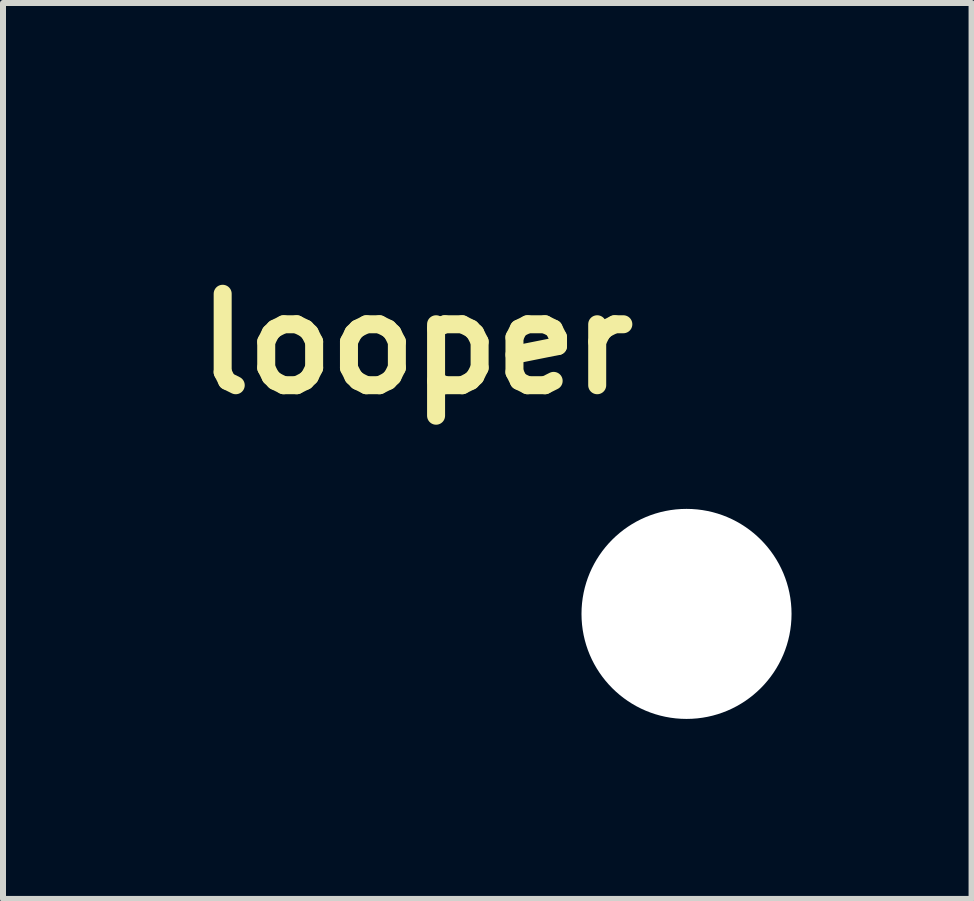
<source format=kicad_pcb>
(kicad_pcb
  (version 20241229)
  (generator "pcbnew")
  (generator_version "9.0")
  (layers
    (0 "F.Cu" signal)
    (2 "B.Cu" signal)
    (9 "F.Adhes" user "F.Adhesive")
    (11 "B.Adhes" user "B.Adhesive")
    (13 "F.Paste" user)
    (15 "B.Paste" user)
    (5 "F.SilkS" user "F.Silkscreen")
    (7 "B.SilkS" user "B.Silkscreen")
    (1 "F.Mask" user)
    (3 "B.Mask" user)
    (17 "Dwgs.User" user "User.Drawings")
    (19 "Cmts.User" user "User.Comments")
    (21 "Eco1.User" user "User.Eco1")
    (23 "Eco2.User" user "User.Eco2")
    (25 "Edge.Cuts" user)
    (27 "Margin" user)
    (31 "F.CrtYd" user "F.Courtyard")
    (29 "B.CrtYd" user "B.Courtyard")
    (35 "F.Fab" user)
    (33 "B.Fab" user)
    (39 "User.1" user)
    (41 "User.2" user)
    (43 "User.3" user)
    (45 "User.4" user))
  (footprint "looper"
    (layer "F.Cu")
    (at 8.39 7.18)
    (property "Reference" "looper" (at -4.5 -4.5 0) (layer "F.SilkS") (effects (font (size 1.524 1.524) (thickness 0.3))))
    (attr through_hole)
    (fp_poly (pts (xy -4.655 -7.174) (xy -4.555 -7.174) (xy -4.467 -7.174) (xy -4.391 -7.173) (xy -4.326 -7.173) (xy -4.272 -7.171) (xy -4.226 -7.17) (xy -4.188 -7.168) (xy -4.158 -7.166) (xy -4.133 -7.163) (xy -4.114 -7.159) (xy -4.099 -7.155) (xy -4.087 -7.151) (xy -4.077 -7.145) (xy -4.068 -7.139) (xy -4.059 -7.132) (xy -4.05 -7.124) (xy -4.05 -7.124) (xy -4.028 -7.101) (xy -4.007 -7.071) (xy -3.997 -7.054) (xy -3.975 -7.01) (xy -3.975 -4.483) (xy -2.841 -4.483) (xy -2.841 -5.052) (xy -2.841 -5.164) (xy -2.841 -5.26) (xy -2.841 -5.342) (xy -2.841 -5.411) (xy -2.84 -5.468) (xy -2.84 -5.514) (xy -2.839 -5.552) (xy -2.838 -5.581) (xy -2.836 -5.603) (xy -2.834 -5.62) (xy -2.832 -5.632) (xy -2.83 -5.642) (xy -2.827 -5.65) (xy -2.824 -5.656) (xy -2.807 -5.683) (xy -2.784 -5.712) (xy -2.77 -5.726) (xy -2.758 -5.737) (xy -2.747 -5.746) (xy -2.736 -5.755) (xy -2.723 -5.762) (xy -2.707 -5.767) (xy -2.688 -5.772) (xy -2.664 -5.776) (xy -2.633 -5.779) (xy -2.595 -5.782) (xy -2.548 -5.784) (xy -2.492 -5.785) (xy -2.424 -5.786) (xy -2.345 -5.786) (xy -2.252 -5.786) (xy -2.144 -5.787) (xy -2.021 -5.787) (xy -1.893 -5.787) (xy -1.785 -5.786) (xy -1.692 -5.786) (xy -1.612 -5.786) (xy -1.545 -5.785) (xy -1.489 -5.784) (xy -1.442 -5.782) (xy -1.404 -5.78) (xy -1.373 -5.777) (xy -1.349 -5.773) (xy -1.329 -5.768) (xy -1.314 -5.763) (xy -1.301 -5.756) (xy -1.29 -5.748) (xy -1.278 -5.739) (xy -1.267 -5.73) (xy -1.228 -5.686) (xy -1.203 -5.637) (xy -1.192 -5.584) (xy -1.195 -5.53) (xy -1.211 -5.478) (xy -1.24 -5.43) (xy -1.281 -5.39) (xy -1.313 -5.369) (xy -1.321 -5.365) (xy -1.328 -5.362) (xy -1.337 -5.359) (xy -1.35 -5.357) (xy -1.366 -5.355) (xy -1.389 -5.354) (xy -1.418 -5.352) (xy -1.455 -5.351) (xy -1.502 -5.351) (xy -1.56 -5.35) (xy -1.631 -5.349) (xy -1.714 -5.349) (xy -1.813 -5.349) (xy -1.878 -5.348) (xy -2.409 -5.346) (xy -2.41 -4.777) (xy -2.41 -4.661) (xy -2.41 -4.561) (xy -2.41 -4.475) (xy -2.41 -4.402) (xy -2.411 -4.342) (xy -2.413 -4.291) (xy -2.415 -4.251) (xy -2.418 -4.218) (xy -2.421 -4.192) (xy -2.426 -4.172) (xy -2.432 -4.156) (xy -2.439 -4.143) (xy -2.448 -4.132) (xy -2.458 -4.121) (xy -2.47 -4.11) (xy -2.477 -4.104) (xy -2.487 -4.094) (xy -2.495 -4.085) (xy -2.504 -4.078) (xy -2.514 -4.071) (xy -2.526 -4.065) (xy -2.541 -4.06) (xy -2.56 -4.056) (xy -2.584 -4.053) (xy -2.615 -4.05) (xy -2.652 -4.048) (xy -2.698 -4.046) (xy -2.753 -4.045) (xy -2.818 -4.044) (xy -2.895 -4.044) (xy -2.984 -4.043) (xy -3.086 -4.043) (xy -3.202 -4.043) (xy -3.334 -4.044) (xy -3.412 -4.044) (xy -3.551 -4.044) (xy -3.675 -4.044) (xy -3.783 -4.044) (xy -3.878 -4.045) (xy -3.96 -4.045) (xy -4.029 -4.046) (xy -4.087 -4.046) (xy -4.136 -4.047) (xy -4.175 -4.048) (xy -4.206 -4.05) (xy -4.23 -4.051) (xy -4.247 -4.053) (xy -4.259 -4.054) (xy -4.267 -4.056) (xy -4.268 -4.056) (xy -4.317 -4.083) (xy -4.359 -4.123) (xy -4.385 -4.163) (xy -4.407 -4.207) (xy -4.407 -6.734) (xy -5.668 -6.734) (xy -5.668 -6.135) (xy -5.668 -6.015) (xy -5.668 -5.911) (xy -5.668 -5.822) (xy -5.669 -5.746) (xy -5.67 -5.681) (xy -5.671 -5.628) (xy -5.673 -5.584) (xy -5.675 -5.549) (xy -5.678 -5.52) (xy -5.682 -5.498) (xy -5.687 -5.48) (xy -5.693 -5.466) (xy -5.7 -5.453) (xy -5.708 -5.442) (xy -5.718 -5.431) (xy -5.724 -5.423) (xy -5.749 -5.399) (xy -5.778 -5.377) (xy -5.79 -5.369) (xy -5.825 -5.351) (xy -7.561 -5.351) (xy -7.602 -5.376) (xy -7.65 -5.415) (xy -7.685 -5.46) (xy -7.706 -5.511) (xy -7.714 -5.563) (xy -7.708 -5.616) (xy -7.689 -5.666) (xy -7.657 -5.711) (xy -7.611 -5.749) (xy -7.597 -5.757) (xy -7.551 -5.782) (xy -6.83 -5.785) (xy -6.108 -5.787) (xy -6.108 -6.382) (xy -6.108 -6.502) (xy -6.108 -6.606) (xy -6.108 -6.696) (xy -6.107 -6.773) (xy -6.106 -6.838) (xy -6.105 -6.891) (xy -6.103 -6.936) (xy -6.101 -6.972) (xy -6.097 -7) (xy -6.093 -7.023) (xy -6.088 -7.041) (xy -6.082 -7.056) (xy -6.075 -7.069) (xy -6.067 -7.08) (xy -6.057 -7.092) (xy -6.052 -7.098) (xy -6.025 -7.124) (xy -5.992 -7.147) (xy -5.977 -7.154) (xy -5.935 -7.174) (xy -5.045 -7.174) (xy -4.9 -7.175) (xy -4.77 -7.175) (xy -4.655 -7.174)) (stroke (width 0.01) (type solid)) (fill yes) (layer "F.Mask"))
    (fp_poly (pts (xy -6.662 -4.603) (xy -6.64 -4.597) (xy -6.631 -4.594) (xy -6.622 -4.589) (xy -6.611 -4.583) (xy -6.597 -4.573) (xy -6.581 -4.56) (xy -6.561 -4.542) (xy -6.535 -4.519) (xy -6.504 -4.489) (xy -6.466 -4.453) (xy -6.421 -4.408) (xy -6.367 -4.355) (xy -6.304 -4.292) (xy -6.23 -4.219) (xy -6.157 -4.146) (xy -6.063 -4.052) (xy -5.981 -3.969) (xy -5.91 -3.897) (xy -5.849 -3.836) (xy -5.8 -3.784) (xy -5.76 -3.742) (xy -5.73 -3.71) (xy -5.71 -3.686) (xy -5.698 -3.67) (xy -5.696 -3.667) (xy -5.678 -3.62) (xy -5.671 -3.568) (xy -5.676 -3.516) (xy -5.691 -3.471) (xy -5.726 -3.421) (xy -5.771 -3.383) (xy -5.824 -3.358) (xy -5.882 -3.349) (xy -5.886 -3.349) (xy -5.908 -3.349) (xy -5.926 -3.35) (xy -5.944 -3.354) (xy -5.961 -3.361) (xy -5.981 -3.372) (xy -6.003 -3.388) (xy -6.03 -3.41) (xy -6.063 -3.44) (xy -6.103 -3.478) (xy -6.152 -3.526) (xy -6.211 -3.584) (xy -6.24 -3.613) (xy -6.293 -3.665) (xy -6.342 -3.714) (xy -6.387 -3.758) (xy -6.426 -3.795) (xy -6.456 -3.825) (xy -6.478 -3.845) (xy -6.49 -3.856) (xy -6.492 -3.857) (xy -6.493 -3.849) (xy -6.494 -3.825) (xy -6.495 -3.788) (xy -6.496 -3.738) (xy -6.496 -3.677) (xy -6.496 -3.607) (xy -6.496 -3.53) (xy -6.496 -3.446) (xy -6.495 -3.398) (xy -6.495 -3.297) (xy -6.494 -3.212) (xy -6.493 -3.141) (xy -6.492 -3.083) (xy -6.491 -3.035) (xy -6.49 -2.996) (xy -6.489 -2.965) (xy -6.487 -2.94) (xy -6.484 -2.92) (xy -6.482 -2.902) (xy -6.478 -2.886) (xy -6.474 -2.87) (xy -6.473 -2.867) (xy -6.436 -2.756) (xy -6.384 -2.653) (xy -6.319 -2.559) (xy -6.242 -2.475) (xy -6.153 -2.403) (xy -6.055 -2.344) (xy -5.948 -2.298) (xy -5.922 -2.289) (xy -5.858 -2.27) (xy -4.219 -2.268) (xy -4.019 -2.267) (xy -3.835 -2.267) (xy -3.667 -2.267) (xy -3.513 -2.267) (xy -3.374 -2.267) (xy -3.248 -2.267) (xy -3.135 -2.267) (xy -3.035 -2.267) (xy -2.945 -2.268) (xy -2.867 -2.268) (xy -2.798 -2.268) (xy -2.739 -2.269) (xy -2.689 -2.27) (xy -2.646 -2.27) (xy -2.611 -2.271) (xy -2.583 -2.272) (xy -2.56 -2.273) (xy -2.543 -2.275) (xy -2.53 -2.276) (xy -2.521 -2.277) (xy -2.419 -2.306) (xy -2.322 -2.35) (xy -2.232 -2.405) (xy -2.151 -2.472) (xy -2.081 -2.548) (xy -2.022 -2.632) (xy -1.978 -2.723) (xy -1.965 -2.756) (xy -1.946 -2.827) (xy -1.933 -2.898) (xy -1.928 -2.976) (xy -1.927 -3.015) (xy -1.925 -3.069) (xy -1.918 -3.111) (xy -1.905 -3.145) (xy -1.884 -3.175) (xy -1.857 -3.202) (xy -1.809 -3.236) (xy -1.756 -3.256) (xy -1.702 -3.26) (xy -1.649 -3.251) (xy -1.599 -3.229) (xy -1.556 -3.193) (xy -1.522 -3.146) (xy -1.515 -3.133) (xy -1.507 -3.114) (xy -1.502 -3.095) (xy -1.498 -3.073) (xy -1.496 -3.043) (xy -1.496 -3.002) (xy -1.495 -2.976) (xy -1.5 -2.857) (xy -1.515 -2.748) (xy -1.542 -2.644) (xy -1.581 -2.541) (xy -1.608 -2.481) (xy -1.654 -2.395) (xy -1.704 -2.319) (xy -1.762 -2.247) (xy -1.804 -2.199) (xy -1.903 -2.106) (xy -2.014 -2.025) (xy -2.135 -1.955) (xy -2.265 -1.898) (xy -2.402 -1.855) (xy -2.431 -1.848) (xy -2.44 -1.846) (xy -2.449 -1.844) (xy -2.459 -1.842) (xy -2.47 -1.84) (xy -2.484 -1.839) (xy -2.5 -1.838) (xy -2.521 -1.837) (xy -2.545 -1.835) (xy -2.575 -1.834) (xy -2.611 -1.834) (xy -2.653 -1.833) (xy -2.702 -1.832) (xy -2.76 -1.832) (xy -2.826 -1.831) (xy -2.902 -1.831) (xy -2.988 -1.83) (xy -3.085 -1.83) (xy -3.194 -1.83) (xy -3.315 -1.83) (xy -3.449 -1.83) (xy -3.597 -1.829) (xy -3.76 -1.829) (xy -3.938 -1.829) (xy -4.132 -1.829) (xy -4.166 -1.829) (xy -4.332 -1.829) (xy -4.495 -1.829) (xy -4.652 -1.829) (xy -4.803 -1.829) (xy -4.947 -1.829) (xy -5.084 -1.829) (xy -5.212 -1.829) (xy -5.331 -1.829) (xy -5.44 -1.829) (xy -5.538 -1.829) (xy -5.624 -1.83) (xy -5.697 -1.83) (xy -5.758 -1.83) (xy -5.803 -1.83) (xy -5.834 -1.831) (xy -5.849 -1.831) (xy -5.85 -1.831) (xy -5.897 -1.839) (xy -5.953 -1.85) (xy -6.012 -1.865) (xy -6.068 -1.88) (xy -6.115 -1.894) (xy -6.116 -1.895) (xy -6.241 -1.947) (xy -6.36 -2.015) (xy -6.471 -2.096) (xy -6.573 -2.189) (xy -6.665 -2.292) (xy -6.745 -2.404) (xy -6.812 -2.524) (xy -6.864 -2.65) (xy -6.874 -2.68) (xy -6.884 -2.712) (xy -6.892 -2.74) (xy -6.9 -2.766) (xy -6.906 -2.791) (xy -6.911 -2.817) (xy -6.915 -2.845) (xy -6.918 -2.877) (xy -6.92 -2.915) (xy -6.922 -2.96) (xy -6.924 -3.014) (xy -6.925 -3.078) (xy -6.926 -3.154) (xy -6.927 -3.244) (xy -6.928 -3.348) (xy -6.928 -3.372) (xy -6.933 -3.881) (xy -7.192 -3.635) (xy -7.26 -3.57) (xy -7.319 -3.515) (xy -7.367 -3.47) (xy -7.408 -3.434) (xy -7.442 -3.406) (xy -7.47 -3.385) (xy -7.494 -3.37) (xy -7.515 -3.36) (xy -7.535 -3.353) (xy -7.555 -3.35) (xy -7.576 -3.349) (xy -7.586 -3.349) (xy -7.644 -3.357) (xy -7.697 -3.38) (xy -7.741 -3.416) (xy -7.775 -3.464) (xy -7.79 -3.497) (xy -7.799 -3.545) (xy -7.797 -3.597) (xy -7.786 -3.646) (xy -7.774 -3.67) (xy -7.765 -3.682) (xy -7.744 -3.704) (xy -7.714 -3.735) (xy -7.674 -3.774) (xy -7.628 -3.82) (xy -7.574 -3.872) (xy -7.516 -3.928) (xy -7.453 -3.989) (xy -7.388 -4.051) (xy -7.321 -4.115) (xy -7.253 -4.18) (xy -7.186 -4.243) (xy -7.121 -4.305) (xy -7.058 -4.364) (xy -7 -4.418) (xy -6.948 -4.467) (xy -6.901 -4.509) (xy -6.863 -4.544) (xy -6.833 -4.57) (xy -6.814 -4.587) (xy -6.806 -4.592) (xy -6.763 -4.604) (xy -6.713 -4.608) (xy -6.662 -4.603)) (stroke (width 0.01) (type solid)) (fill yes) (layer "F.Mask"))
    (fp_poly (pts (xy -4.655 -7.174) (xy -4.555 -7.174) (xy -4.467 -7.174) (xy -4.391 -7.173) (xy -4.326 -7.173) (xy -4.272 -7.171) (xy -4.226 -7.17) (xy -4.188 -7.168) (xy -4.158 -7.166) (xy -4.133 -7.163) (xy -4.114 -7.159) (xy -4.099 -7.155) (xy -4.087 -7.151) (xy -4.077 -7.145) (xy -4.068 -7.139) (xy -4.059 -7.132) (xy -4.05 -7.124) (xy -4.05 -7.124) (xy -4.028 -7.101) (xy -4.007 -7.071) (xy -3.997 -7.054) (xy -3.975 -7.01) (xy -3.975 -4.483) (xy -2.841 -4.483) (xy -2.841 -5.052) (xy -2.841 -5.164) (xy -2.841 -5.26) (xy -2.841 -5.342) (xy -2.841 -5.411) (xy -2.84 -5.468) (xy -2.84 -5.514) (xy -2.839 -5.552) (xy -2.838 -5.581) (xy -2.836 -5.603) (xy -2.834 -5.62) (xy -2.832 -5.632) (xy -2.83 -5.642) (xy -2.827 -5.65) (xy -2.824 -5.656) (xy -2.807 -5.683) (xy -2.784 -5.712) (xy -2.77 -5.726) (xy -2.758 -5.737) (xy -2.747 -5.746) (xy -2.736 -5.755) (xy -2.723 -5.762) (xy -2.707 -5.767) (xy -2.688 -5.772) (xy -2.664 -5.776) (xy -2.633 -5.779) (xy -2.595 -5.782) (xy -2.548 -5.784) (xy -2.492 -5.785) (xy -2.424 -5.786) (xy -2.345 -5.786) (xy -2.252 -5.786) (xy -2.144 -5.787) (xy -2.021 -5.787) (xy -1.893 -5.787) (xy -1.785 -5.786) (xy -1.692 -5.786) (xy -1.612 -5.786) (xy -1.545 -5.785) (xy -1.489 -5.784) (xy -1.442 -5.782) (xy -1.404 -5.78) (xy -1.373 -5.777) (xy -1.349 -5.773) (xy -1.329 -5.768) (xy -1.314 -5.763) (xy -1.301 -5.756) (xy -1.29 -5.748) (xy -1.278 -5.739) (xy -1.267 -5.73) (xy -1.228 -5.686) (xy -1.203 -5.637) (xy -1.192 -5.584) (xy -1.195 -5.53) (xy -1.211 -5.478) (xy -1.24 -5.43) (xy -1.281 -5.39) (xy -1.313 -5.369) (xy -1.321 -5.365) (xy -1.328 -5.362) (xy -1.337 -5.359) (xy -1.35 -5.357) (xy -1.366 -5.355) (xy -1.389 -5.354) (xy -1.418 -5.352) (xy -1.455 -5.351) (xy -1.502 -5.351) (xy -1.56 -5.35) (xy -1.631 -5.349) (xy -1.714 -5.349) (xy -1.813 -5.349) (xy -1.878 -5.348) (xy -2.409 -5.346) (xy -2.41 -4.777) (xy -2.41 -4.661) (xy -2.41 -4.561) (xy -2.41 -4.475) (xy -2.41 -4.402) (xy -2.411 -4.342) (xy -2.413 -4.291) (xy -2.415 -4.251) (xy -2.418 -4.218) (xy -2.421 -4.192) (xy -2.426 -4.172) (xy -2.432 -4.156) (xy -2.439 -4.143) (xy -2.448 -4.132) (xy -2.458 -4.121) (xy -2.47 -4.11) (xy -2.477 -4.104) (xy -2.487 -4.094) (xy -2.495 -4.085) (xy -2.504 -4.078) (xy -2.514 -4.071) (xy -2.526 -4.065) (xy -2.541 -4.06) (xy -2.56 -4.056) (xy -2.584 -4.053) (xy -2.615 -4.05) (xy -2.652 -4.048) (xy -2.698 -4.046) (xy -2.753 -4.045) (xy -2.818 -4.044) (xy -2.895 -4.044) (xy -2.984 -4.043) (xy -3.086 -4.043) (xy -3.202 -4.043) (xy -3.334 -4.044) (xy -3.412 -4.044) (xy -3.551 -4.044) (xy -3.675 -4.044) (xy -3.783 -4.044) (xy -3.878 -4.045) (xy -3.96 -4.045) (xy -4.029 -4.046) (xy -4.087 -4.046) (xy -4.136 -4.047) (xy -4.175 -4.048) (xy -4.206 -4.05) (xy -4.23 -4.051) (xy -4.247 -4.053) (xy -4.259 -4.054) (xy -4.267 -4.056) (xy -4.268 -4.056) (xy -4.317 -4.083) (xy -4.359 -4.123) (xy -4.385 -4.163) (xy -4.407 -4.207) (xy -4.407 -6.734) (xy -5.668 -6.734) (xy -5.668 -6.135) (xy -5.668 -6.015) (xy -5.668 -5.911) (xy -5.668 -5.822) (xy -5.669 -5.746) (xy -5.67 -5.681) (xy -5.671 -5.628) (xy -5.673 -5.584) (xy -5.675 -5.549) (xy -5.678 -5.52) (xy -5.682 -5.498) (xy -5.687 -5.48) (xy -5.693 -5.466) (xy -5.7 -5.453) (xy -5.708 -5.442) (xy -5.718 -5.431) (xy -5.724 -5.423) (xy -5.749 -5.399) (xy -5.778 -5.377) (xy -5.79 -5.369) (xy -5.825 -5.351) (xy -7.561 -5.351) (xy -7.602 -5.376) (xy -7.65 -5.415) (xy -7.685 -5.46) (xy -7.706 -5.511) (xy -7.714 -5.563) (xy -7.708 -5.616) (xy -7.689 -5.666) (xy -7.657 -5.711) (xy -7.611 -5.749) (xy -7.597 -5.757) (xy -7.551 -5.782) (xy -6.83 -5.785) (xy -6.108 -5.787) (xy -6.108 -6.382) (xy -6.108 -6.502) (xy -6.108 -6.606) (xy -6.108 -6.696) (xy -6.107 -6.773) (xy -6.106 -6.838) (xy -6.105 -6.891) (xy -6.103 -6.936) (xy -6.101 -6.972) (xy -6.097 -7) (xy -6.093 -7.023) (xy -6.088 -7.041) (xy -6.082 -7.056) (xy -6.075 -7.069) (xy -6.067 -7.08) (xy -6.057 -7.092) (xy -6.052 -7.098) (xy -6.025 -7.124) (xy -5.992 -7.147) (xy -5.977 -7.154) (xy -5.935 -7.174) (xy -5.045 -7.174) (xy -4.9 -7.175) (xy -4.77 -7.175) (xy -4.655 -7.174)) (stroke (width 0.01) (type solid)) (fill yes) (layer "B.Mask"))
    (fp_poly (pts (xy -6.662 -4.603) (xy -6.64 -4.597) (xy -6.631 -4.594) (xy -6.622 -4.589) (xy -6.611 -4.583) (xy -6.597 -4.573) (xy -6.581 -4.56) (xy -6.561 -4.542) (xy -6.535 -4.519) (xy -6.504 -4.489) (xy -6.466 -4.453) (xy -6.421 -4.408) (xy -6.367 -4.355) (xy -6.304 -4.292) (xy -6.23 -4.219) (xy -6.157 -4.146) (xy -6.063 -4.052) (xy -5.981 -3.969) (xy -5.91 -3.897) (xy -5.849 -3.836) (xy -5.8 -3.784) (xy -5.76 -3.742) (xy -5.73 -3.71) (xy -5.71 -3.686) (xy -5.698 -3.67) (xy -5.696 -3.667) (xy -5.678 -3.62) (xy -5.671 -3.568) (xy -5.676 -3.516) (xy -5.691 -3.471) (xy -5.726 -3.421) (xy -5.771 -3.383) (xy -5.824 -3.358) (xy -5.882 -3.349) (xy -5.886 -3.349) (xy -5.908 -3.349) (xy -5.926 -3.35) (xy -5.944 -3.354) (xy -5.961 -3.361) (xy -5.981 -3.372) (xy -6.003 -3.388) (xy -6.03 -3.41) (xy -6.063 -3.44) (xy -6.103 -3.478) (xy -6.152 -3.526) (xy -6.211 -3.584) (xy -6.24 -3.613) (xy -6.293 -3.665) (xy -6.342 -3.714) (xy -6.387 -3.758) (xy -6.426 -3.795) (xy -6.456 -3.825) (xy -6.478 -3.845) (xy -6.49 -3.856) (xy -6.492 -3.857) (xy -6.493 -3.849) (xy -6.494 -3.825) (xy -6.495 -3.788) (xy -6.496 -3.738) (xy -6.496 -3.677) (xy -6.496 -3.607) (xy -6.496 -3.53) (xy -6.496 -3.446) (xy -6.495 -3.398) (xy -6.495 -3.297) (xy -6.494 -3.212) (xy -6.493 -3.141) (xy -6.492 -3.083) (xy -6.491 -3.035) (xy -6.49 -2.996) (xy -6.489 -2.965) (xy -6.487 -2.94) (xy -6.484 -2.92) (xy -6.482 -2.902) (xy -6.478 -2.886) (xy -6.474 -2.87) (xy -6.473 -2.867) (xy -6.436 -2.756) (xy -6.384 -2.653) (xy -6.319 -2.559) (xy -6.242 -2.475) (xy -6.153 -2.403) (xy -6.055 -2.344) (xy -5.948 -2.298) (xy -5.922 -2.289) (xy -5.858 -2.27) (xy -4.219 -2.268) (xy -4.019 -2.267) (xy -3.835 -2.267) (xy -3.667 -2.267) (xy -3.513 -2.267) (xy -3.374 -2.267) (xy -3.248 -2.267) (xy -3.135 -2.267) (xy -3.035 -2.267) (xy -2.945 -2.268) (xy -2.867 -2.268) (xy -2.798 -2.268) (xy -2.739 -2.269) (xy -2.689 -2.27) (xy -2.646 -2.27) (xy -2.611 -2.271) (xy -2.583 -2.272) (xy -2.56 -2.273) (xy -2.543 -2.275) (xy -2.53 -2.276) (xy -2.521 -2.277) (xy -2.419 -2.306) (xy -2.322 -2.35) (xy -2.232 -2.405) (xy -2.151 -2.472) (xy -2.081 -2.548) (xy -2.022 -2.632) (xy -1.978 -2.723) (xy -1.965 -2.756) (xy -1.946 -2.827) (xy -1.933 -2.898) (xy -1.928 -2.976) (xy -1.927 -3.015) (xy -1.925 -3.069) (xy -1.918 -3.111) (xy -1.905 -3.145) (xy -1.884 -3.175) (xy -1.857 -3.202) (xy -1.809 -3.236) (xy -1.756 -3.256) (xy -1.702 -3.26) (xy -1.649 -3.251) (xy -1.599 -3.229) (xy -1.556 -3.193) (xy -1.522 -3.146) (xy -1.515 -3.133) (xy -1.507 -3.114) (xy -1.502 -3.095) (xy -1.498 -3.073) (xy -1.496 -3.043) (xy -1.496 -3.002) (xy -1.495 -2.976) (xy -1.5 -2.857) (xy -1.515 -2.748) (xy -1.542 -2.644) (xy -1.581 -2.541) (xy -1.608 -2.481) (xy -1.654 -2.395) (xy -1.704 -2.319) (xy -1.762 -2.247) (xy -1.804 -2.199) (xy -1.903 -2.106) (xy -2.014 -2.025) (xy -2.135 -1.955) (xy -2.265 -1.898) (xy -2.402 -1.855) (xy -2.431 -1.848) (xy -2.44 -1.846) (xy -2.449 -1.844) (xy -2.459 -1.842) (xy -2.47 -1.84) (xy -2.484 -1.839) (xy -2.5 -1.838) (xy -2.521 -1.837) (xy -2.545 -1.835) (xy -2.575 -1.834) (xy -2.611 -1.834) (xy -2.653 -1.833) (xy -2.702 -1.832) (xy -2.76 -1.832) (xy -2.826 -1.831) (xy -2.902 -1.831) (xy -2.988 -1.83) (xy -3.085 -1.83) (xy -3.194 -1.83) (xy -3.315 -1.83) (xy -3.449 -1.83) (xy -3.597 -1.829) (xy -3.76 -1.829) (xy -3.938 -1.829) (xy -4.132 -1.829) (xy -4.166 -1.829) (xy -4.332 -1.829) (xy -4.495 -1.829) (xy -4.652 -1.829) (xy -4.803 -1.829) (xy -4.947 -1.829) (xy -5.084 -1.829) (xy -5.212 -1.829) (xy -5.331 -1.829) (xy -5.44 -1.829) (xy -5.538 -1.829) (xy -5.624 -1.83) (xy -5.697 -1.83) (xy -5.758 -1.83) (xy -5.803 -1.83) (xy -5.834 -1.831) (xy -5.849 -1.831) (xy -5.85 -1.831) (xy -5.897 -1.839) (xy -5.953 -1.85) (xy -6.012 -1.865) (xy -6.068 -1.88) (xy -6.115 -1.894) (xy -6.116 -1.895) (xy -6.241 -1.947) (xy -6.36 -2.015) (xy -6.471 -2.096) (xy -6.573 -2.189) (xy -6.665 -2.292) (xy -6.745 -2.404) (xy -6.812 -2.524) (xy -6.864 -2.65) (xy -6.874 -2.68) (xy -6.884 -2.712) (xy -6.892 -2.74) (xy -6.9 -2.766) (xy -6.906 -2.791) (xy -6.911 -2.817) (xy -6.915 -2.845) (xy -6.918 -2.877) (xy -6.92 -2.915) (xy -6.922 -2.96) (xy -6.924 -3.014) (xy -6.925 -3.078) (xy -6.926 -3.154) (xy -6.927 -3.244) (xy -6.928 -3.348) (xy -6.928 -3.372) (xy -6.933 -3.881) (xy -7.192 -3.635) (xy -7.26 -3.57) (xy -7.319 -3.515) (xy -7.367 -3.47) (xy -7.408 -3.434) (xy -7.442 -3.406) (xy -7.47 -3.385) (xy -7.494 -3.37) (xy -7.515 -3.36) (xy -7.535 -3.353) (xy -7.555 -3.35) (xy -7.576 -3.349) (xy -7.586 -3.349) (xy -7.644 -3.357) (xy -7.697 -3.38) (xy -7.741 -3.416) (xy -7.775 -3.464) (xy -7.79 -3.497) (xy -7.799 -3.545) (xy -7.797 -3.597) (xy -7.786 -3.646) (xy -7.774 -3.67) (xy -7.765 -3.682) (xy -7.744 -3.704) (xy -7.714 -3.735) (xy -7.674 -3.774) (xy -7.628 -3.82) (xy -7.574 -3.872) (xy -7.516 -3.928) (xy -7.453 -3.989) (xy -7.388 -4.051) (xy -7.321 -4.115) (xy -7.253 -4.18) (xy -7.186 -4.243) (xy -7.121 -4.305) (xy -7.058 -4.364) (xy -7 -4.418) (xy -6.948 -4.467) (xy -6.901 -4.509) (xy -6.863 -4.544) (xy -6.833 -4.57) (xy -6.814 -4.587) (xy -6.806 -4.592) (xy -6.763 -4.604) (xy -6.713 -4.608) (xy -6.662 -4.603)) (stroke (width 0.01) (type solid)) (fill yes) (layer "B.Mask"))
    (pad "" np_thru_hole circle (at 0 0) (size 3.5 3.5) (drill 3.5) (layers "*.Cu" "*.Mask")))
  (gr_rect
    (start -3 -3)
    (end 13.14 11.93)
    (stroke (width 0.1) (type default))
    (fill no)
    (layer "Edge.Cuts")))
</source>
